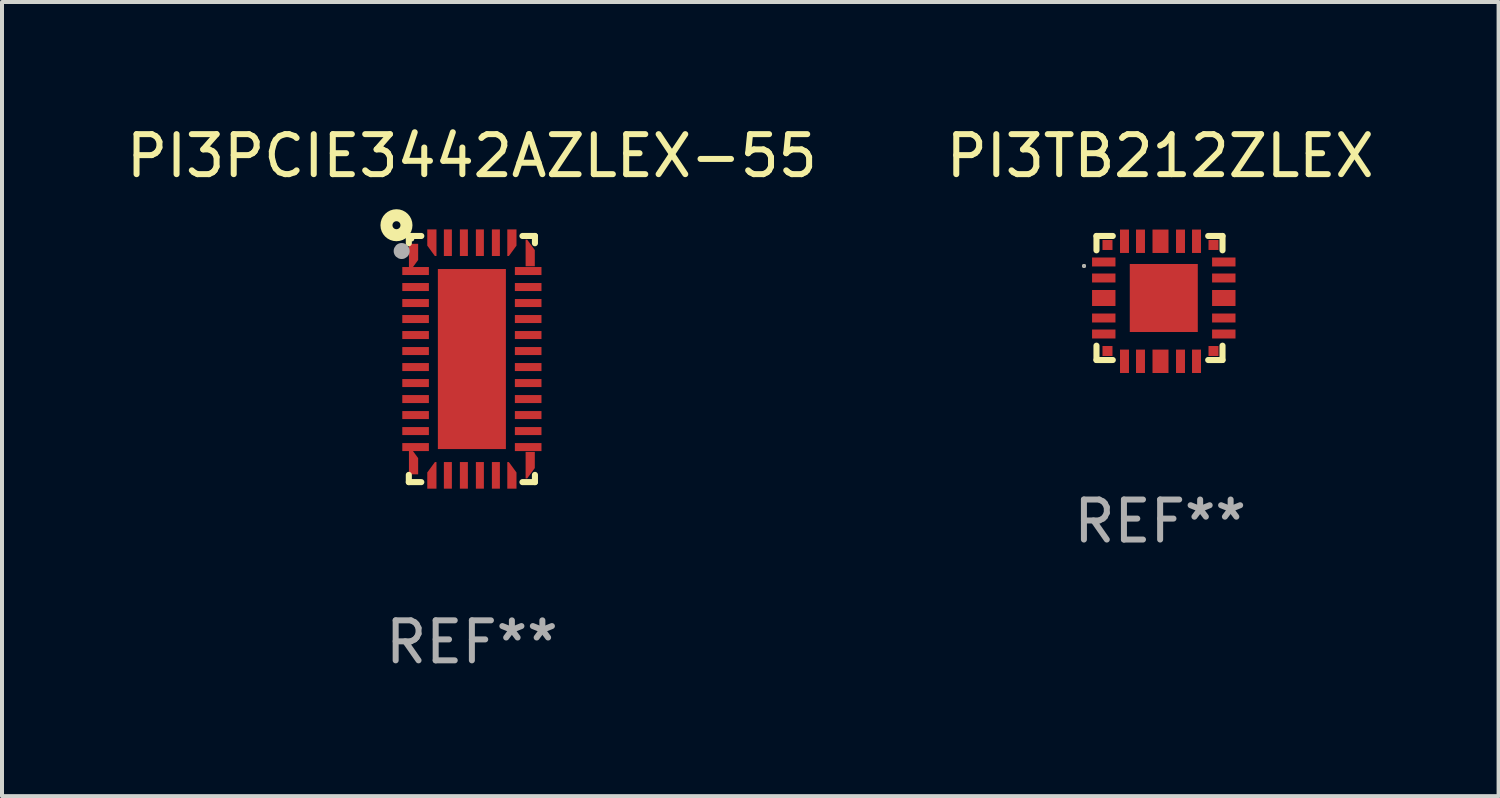
<source format=kicad_pcb>
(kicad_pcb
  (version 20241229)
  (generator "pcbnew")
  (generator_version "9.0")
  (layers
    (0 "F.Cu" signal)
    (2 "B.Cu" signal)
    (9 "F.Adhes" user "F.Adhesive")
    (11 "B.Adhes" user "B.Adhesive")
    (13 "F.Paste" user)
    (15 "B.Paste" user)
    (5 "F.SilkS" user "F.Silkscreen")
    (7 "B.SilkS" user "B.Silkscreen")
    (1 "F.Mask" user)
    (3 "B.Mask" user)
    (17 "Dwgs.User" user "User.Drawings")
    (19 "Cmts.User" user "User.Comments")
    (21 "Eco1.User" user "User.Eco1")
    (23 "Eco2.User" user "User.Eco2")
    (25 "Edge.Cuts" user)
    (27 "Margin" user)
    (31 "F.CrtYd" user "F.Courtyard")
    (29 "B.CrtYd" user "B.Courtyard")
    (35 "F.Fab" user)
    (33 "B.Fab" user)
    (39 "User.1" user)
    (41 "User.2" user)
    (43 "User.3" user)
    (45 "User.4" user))
  (footprint "PI3TB212ZLEX"
    (layer "F.Cu")
    (at 25.946 4.414)
    (property "Reference" "PI3TB212ZLEX" (at 0 -3.566 0) (layer "F.SilkS") (effects (font (size 1 1) (thickness 0.15))))
    (attr through_hole)
    (fp_line (start -1.591 -1.566) (end -1.183 -1.566) (stroke (width 0.152) (type solid)) (layer "F.SilkS"))
    (fp_line (start -1.591 -1.208) (end -1.591 -1.566) (stroke (width 0.152) (type solid)) (layer "F.SilkS"))
    (fp_line (start -1.591 1.534) (end -1.591 1.176) (stroke (width 0.152) (type solid)) (layer "F.SilkS"))
    (fp_line (start -1.183 1.534) (end -1.591 1.534) (stroke (width 0.152) (type solid)) (layer "F.SilkS"))
    (fp_line (start 1.201 -1.566) (end 1.559 -1.566) (stroke (width 0.152) (type solid)) (layer "F.SilkS"))
    (fp_line (start 1.559 -1.566) (end 1.559 -1.208) (stroke (width 0.152) (type solid)) (layer "F.SilkS"))
    (fp_line (start 1.559 1.176) (end 1.559 1.534) (stroke (width 0.152) (type solid)) (layer "F.SilkS"))
    (fp_line (start 1.559 1.534) (end 1.201 1.534) (stroke (width 0.152) (type solid)) (layer "F.SilkS"))
    (fp_circle (center -1.902 -0.816) (end -1.877 -0.816) (stroke (width 0.05) (type solid)) (fill no) (layer "F.SilkS"))
    (fp_circle (center -1.902 -0.816) (end -1.877 -0.816) (stroke (width 0.05) (type solid)) (fill no) (layer "F.Fab"))
    (fp_text user "REF**" (at 0 5.566 0) (layer "F.Fab") (effects (font (size 1 1) (thickness 0.15))))
    (pad "1" smd rect (at -1.409 -0.916) (size 0.585 0.224) (layers "F.Cu" "F.Mask" "F.Paste"))
    (pad "2" smd rect (at -1.409 -0.516) (size 0.585 0.224) (layers "F.Cu" "F.Mask" "F.Paste"))
    (pad "3" smd rect (at -1.409 -0.016) (size 0.585 0.4) (layers "F.Cu" "F.Mask" "F.Paste"))
    (pad "4" smd rect (at -1.409 0.484) (size 0.585 0.224) (layers "F.Cu" "F.Mask" "F.Paste"))
    (pad "5" smd rect (at -1.409 0.884) (size 0.585 0.224) (layers "F.Cu" "F.Mask" "F.Paste"))
    (pad "6" smd rect (at -1.316 1.309) (size 0.25 0.25) (layers "F.Cu" "F.Mask" "F.Paste"))
    (pad "7" smd rect (at -0.891 1.566) (size 0.224 0.585) (layers "F.Cu" "F.Mask" "F.Paste"))
    (pad "8" smd rect (at -0.491 1.566) (size 0.224 0.585) (layers "F.Cu" "F.Mask" "F.Paste"))
    (pad "9" smd rect (at 0.009 1.566) (size 0.4 0.585) (layers "F.Cu" "F.Mask" "F.Paste"))
    (pad "10" smd rect (at 0.509 1.566) (size 0.224 0.585) (layers "F.Cu" "F.Mask" "F.Paste"))
    (pad "11" smd rect (at 0.909 1.566) (size 0.224 0.585) (layers "F.Cu" "F.Mask" "F.Paste"))
    (pad "12" smd rect (at 1.334 1.309) (size 0.25 0.25) (layers "F.Cu" "F.Mask" "F.Paste"))
    (pad "13" smd rect (at 1.591 0.884) (size 0.585 0.224) (layers "F.Cu" "F.Mask" "F.Paste"))
    (pad "14" smd rect (at 1.591 0.484) (size 0.585 0.224) (layers "F.Cu" "F.Mask" "F.Paste"))
    (pad "15" smd rect (at 1.591 -0.016) (size 0.585 0.4) (layers "F.Cu" "F.Mask" "F.Paste"))
    (pad "16" smd rect (at 1.591 -0.516) (size 0.585 0.224) (layers "F.Cu" "F.Mask" "F.Paste"))
    (pad "17" smd rect (at 1.591 -0.916) (size 0.585 0.224) (layers "F.Cu" "F.Mask" "F.Paste"))
    (pad "18" smd rect (at 1.334 -1.341) (size 0.25 0.25) (layers "F.Cu" "F.Mask" "F.Paste"))
    (pad "19" smd rect (at 0.909 -1.434) (size 0.224 0.585) (layers "F.Cu" "F.Mask" "F.Paste"))
    (pad "20" smd rect (at 0.509 -1.434) (size 0.224 0.585) (layers "F.Cu" "F.Mask" "F.Paste"))
    (pad "21" smd rect (at 0.009 -1.434) (size 0.4 0.585) (layers "F.Cu" "F.Mask" "F.Paste"))
    (pad "22" smd rect (at -0.491 -1.434) (size 0.224 0.585) (layers "F.Cu" "F.Mask" "F.Paste"))
    (pad "23" smd rect (at -0.891 -1.434) (size 0.224 0.585) (layers "F.Cu" "F.Mask" "F.Paste"))
    (pad "24" smd rect (at -1.316 -1.341) (size 0.25 0.25) (layers "F.Cu" "F.Mask" "F.Paste"))
    (pad "25" smd rect (at 0.091 -0.016) (size 1.7 1.7) (layers "F.Cu" "F.Mask" "F.Paste")))
  (footprint "PI3PCIE3442AZLEX-55"
    (layer "F.Cu")
    (at 8.744 5.924)
    (property "Reference" "PI3PCIE3442AZLEX-55" (at 0 -5.076 0) (layer "F.SilkS") (effects (font (size 1 1) (thickness 0.15))))
    (attr through_hole)
    (fp_line (start -1.576 -3.076) (end -1.576 -2.895) (stroke (width 0.152) (type solid)) (layer "F.SilkS"))
    (fp_line (start -1.576 -3.076) (end -1.264 -3.076) (stroke (width 0.152) (type solid)) (layer "F.SilkS"))
    (fp_line (start -1.576 2.895) (end -1.576 3.076) (stroke (width 0.152) (type solid)) (layer "F.SilkS"))
    (fp_line (start -1.576 3.076) (end -1.264 3.076) (stroke (width 0.152) (type solid)) (layer "F.SilkS"))
    (fp_line (start 1.576 -3.076) (end 1.264 -3.076) (stroke (width 0.152) (type solid)) (layer "F.SilkS"))
    (fp_line (start 1.576 -2.895) (end 1.576 -3.076) (stroke (width 0.152) (type solid)) (layer "F.SilkS"))
    (fp_line (start 1.576 3.076) (end 1.264 3.076) (stroke (width 0.152) (type solid)) (layer "F.SilkS"))
    (fp_line (start 1.576 3.076) (end 1.576 2.895) (stroke (width 0.152) (type solid)) (layer "F.SilkS"))
    (fp_circle (center -1.885 -3.345) (end -1.785 -3.345) (stroke (width 0.3) (type solid)) (fill no) (layer "F.SilkS"))
    (fp_circle (center -1.5 -3) (end -1.47 -3) (stroke (width 0.06) (type solid)) (fill no) (layer "F.SilkS"))
    (fp_circle (center -1.755 -2.7) (end -1.655 -2.7) (stroke (width 0.2) (type solid)) (fill no) (layer "F.Fab"))
    (fp_text user "REF**" (at 0 7.076 0) (layer "F.Fab") (effects (font (size 1 1) (thickness 0.15))))
    (pad "1" smd custom (at -1.458 -2.6 270) (size 0.23 0.665) (layers "F.Cu" "F.Mask" "F.Paste") (options (anchor circle)) (primitives (gr_poly (pts (xy -0.281 0.115) (xy 0.384 0.115) (xy 0.384 0.095) (xy 0.384 0.085) (xy 0.384 0.075) (xy 0.124 -0.115) (xy -0.281 -0.115) (xy -0.281 0.115)) (width 0) (fill yes))))
    (pad "2" smd rect (at -1.407 -2.2) (size 0.665 0.2) (layers "F.Cu" "F.Mask" "F.Paste"))
    (pad "3" smd rect (at -1.407 -1.8) (size 0.665 0.2) (layers "F.Cu" "F.Mask" "F.Paste"))
    (pad "4" smd rect (at -1.407 -1.4) (size 0.665 0.2) (layers "F.Cu" "F.Mask" "F.Paste"))
    (pad "5" smd rect (at -1.407 -1) (size 0.665 0.2) (layers "F.Cu" "F.Mask" "F.Paste"))
    (pad "6" smd rect (at -1.407 -0.6) (size 0.665 0.2) (layers "F.Cu" "F.Mask" "F.Paste"))
    (pad "7" smd rect (at -1.407 -0.2) (size 0.665 0.2) (layers "F.Cu" "F.Mask" "F.Paste"))
    (pad "8" smd rect (at -1.407 0.2) (size 0.665 0.2) (layers "F.Cu" "F.Mask" "F.Paste"))
    (pad "9" smd rect (at -1.407 0.6) (size 0.665 0.2) (layers "F.Cu" "F.Mask" "F.Paste"))
    (pad "10" smd rect (at -1.407 1) (size 0.665 0.2) (layers "F.Cu" "F.Mask" "F.Paste"))
    (pad "11" smd rect (at -1.407 1.4) (size 0.665 0.2) (layers "F.Cu" "F.Mask" "F.Paste"))
    (pad "12" smd rect (at -1.407 1.8) (size 0.665 0.2) (layers "F.Cu" "F.Mask" "F.Paste"))
    (pad "13" smd rect (at -1.407 2.2) (size 0.665 0.2) (layers "F.Cu" "F.Mask" "F.Paste"))
    (pad "14" smd custom (at -1.458 2.6 90) (size 0.23 0.665) (layers "F.Cu" "F.Mask" "F.Paste") (options (anchor circle)) (primitives (gr_poly (pts (xy -0.281 -0.115) (xy 0.384 -0.115) (xy 0.384 -0.095) (xy 0.384 -0.085) (xy 0.384 -0.075) (xy 0.124 0.115) (xy -0.281 0.115) (xy -0.281 -0.115)) (width 0) (fill yes))))
    (pad "15" smd custom (at -1 2.959) (size 0.23 0.665) (layers "F.Cu" "F.Mask" "F.Paste") (options (anchor circle)) (primitives (gr_poly (pts (xy 0.115 0.281) (xy 0.115 -0.384) (xy 0.095 -0.384) (xy 0.085 -0.384) (xy 0.075 -0.384) (xy -0.115 -0.124) (xy -0.115 0.281) (xy 0.115 0.281)) (width 0) (fill yes))))
    (pad "16" smd rect (at -0.6 2.907) (size 0.2 0.665) (layers "F.Cu" "F.Mask" "F.Paste"))
    (pad "17" smd rect (at -0.2 2.907) (size 0.2 0.665) (layers "F.Cu" "F.Mask" "F.Paste"))
    (pad "18" smd rect (at 0.2 2.907) (size 0.2 0.665) (layers "F.Cu" "F.Mask" "F.Paste"))
    (pad "19" smd rect (at 0.6 2.907) (size 0.2 0.665) (layers "F.Cu" "F.Mask" "F.Paste"))
    (pad "20" smd custom (at 1 2.959) (size 0.23 0.665) (layers "F.Cu" "F.Mask" "F.Paste") (options (anchor circle)) (primitives (gr_poly (pts (xy -0.115 0.281) (xy -0.115 -0.384) (xy -0.095 -0.384) (xy -0.085 -0.384) (xy -0.075 -0.384) (xy 0.115 -0.124) (xy 0.115 0.281) (xy -0.115 0.281)) (width 0) (fill yes))))
    (pad "21" smd custom (at 1.458 2.6 90) (size 0.23 0.665) (layers "F.Cu" "F.Mask" "F.Paste") (options (anchor circle)) (primitives (gr_poly (pts (xy 0.281 -0.115) (xy -0.384 -0.115) (xy -0.384 -0.095) (xy -0.384 -0.085) (xy -0.384 -0.075) (xy -0.124 0.115) (xy 0.281 0.115) (xy 0.281 -0.115)) (width 0) (fill yes))))
    (pad "22" smd rect (at 1.407 2.2) (size 0.665 0.2) (layers "F.Cu" "F.Mask" "F.Paste"))
    (pad "23" smd rect (at 1.407 1.8) (size 0.665 0.2) (layers "F.Cu" "F.Mask" "F.Paste"))
    (pad "24" smd rect (at 1.407 1.4) (size 0.665 0.2) (layers "F.Cu" "F.Mask" "F.Paste"))
    (pad "25" smd rect (at 1.407 1) (size 0.665 0.2) (layers "F.Cu" "F.Mask" "F.Paste"))
    (pad "26" smd rect (at 1.407 0.6) (size 0.665 0.2) (layers "F.Cu" "F.Mask" "F.Paste"))
    (pad "27" smd rect (at 1.407 0.2) (size 0.665 0.2) (layers "F.Cu" "F.Mask" "F.Paste"))
    (pad "28" smd rect (at 1.407 -0.2) (size 0.665 0.2) (layers "F.Cu" "F.Mask" "F.Paste"))
    (pad "29" smd rect (at 1.407 -0.6) (size 0.665 0.2) (layers "F.Cu" "F.Mask" "F.Paste"))
    (pad "30" smd rect (at 1.407 -1) (size 0.665 0.2) (layers "F.Cu" "F.Mask" "F.Paste"))
    (pad "31" smd rect (at 1.407 -1.4) (size 0.665 0.2) (layers "F.Cu" "F.Mask" "F.Paste"))
    (pad "32" smd rect (at 1.407 -1.8) (size 0.665 0.2) (layers "F.Cu" "F.Mask" "F.Paste"))
    (pad "33" smd rect (at 1.407 -2.2) (size 0.665 0.2) (layers "F.Cu" "F.Mask" "F.Paste"))
    (pad "34" smd custom (at 1.458 -2.6 270) (size 0.23 0.665) (layers "F.Cu" "F.Mask" "F.Paste") (options (anchor circle)) (primitives (gr_poly (pts (xy 0.281 0.115) (xy -0.384 0.115) (xy -0.384 0.095) (xy -0.384 0.085) (xy -0.384 0.075) (xy -0.124 -0.115) (xy 0.281 -0.115) (xy 0.281 0.115)) (width 0) (fill yes))))
    (pad "35" smd custom (at 1 -2.959) (size 0.23 0.665) (layers "F.Cu" "F.Mask" "F.Paste") (options (anchor circle)) (primitives (gr_poly (pts (xy -0.115 -0.281) (xy -0.115 0.384) (xy -0.095 0.384) (xy -0.085 0.384) (xy -0.075 0.384) (xy 0.115 0.124) (xy 0.115 -0.281) (xy -0.115 -0.281)) (width 0) (fill yes))))
    (pad "36" smd rect (at 0.6 -2.908) (size 0.2 0.665) (layers "F.Cu" "F.Mask" "F.Paste"))
    (pad "37" smd rect (at 0.2 -2.908) (size 0.2 0.665) (layers "F.Cu" "F.Mask" "F.Paste"))
    (pad "38" smd rect (at -0.2 -2.908) (size 0.2 0.665) (layers "F.Cu" "F.Mask" "F.Paste"))
    (pad "39" smd rect (at -0.6 -2.908) (size 0.2 0.665) (layers "F.Cu" "F.Mask" "F.Paste"))
    (pad "40" smd custom (at -1 -2.959) (size 0.23 0.665) (layers "F.Cu" "F.Mask" "F.Paste") (options (anchor circle)) (primitives (gr_poly (pts (xy 0.115 -0.281) (xy 0.115 0.384) (xy 0.095 0.384) (xy 0.085 0.384) (xy 0.075 0.384) (xy -0.115 0.124) (xy -0.115 -0.281) (xy 0.115 -0.281)) (width 0) (fill yes))))
    (pad "41" smd rect (at 0.000025 -0.000051) (size 1.7 4.5) (layers "F.Cu" "F.Mask" "F.Paste")))
  (gr_rect
    (start -3 -3)
    (end 34.405 16.849)
    (stroke (width 0.1) (type default))
    (fill no)
    (layer "Edge.Cuts")))
</source>
